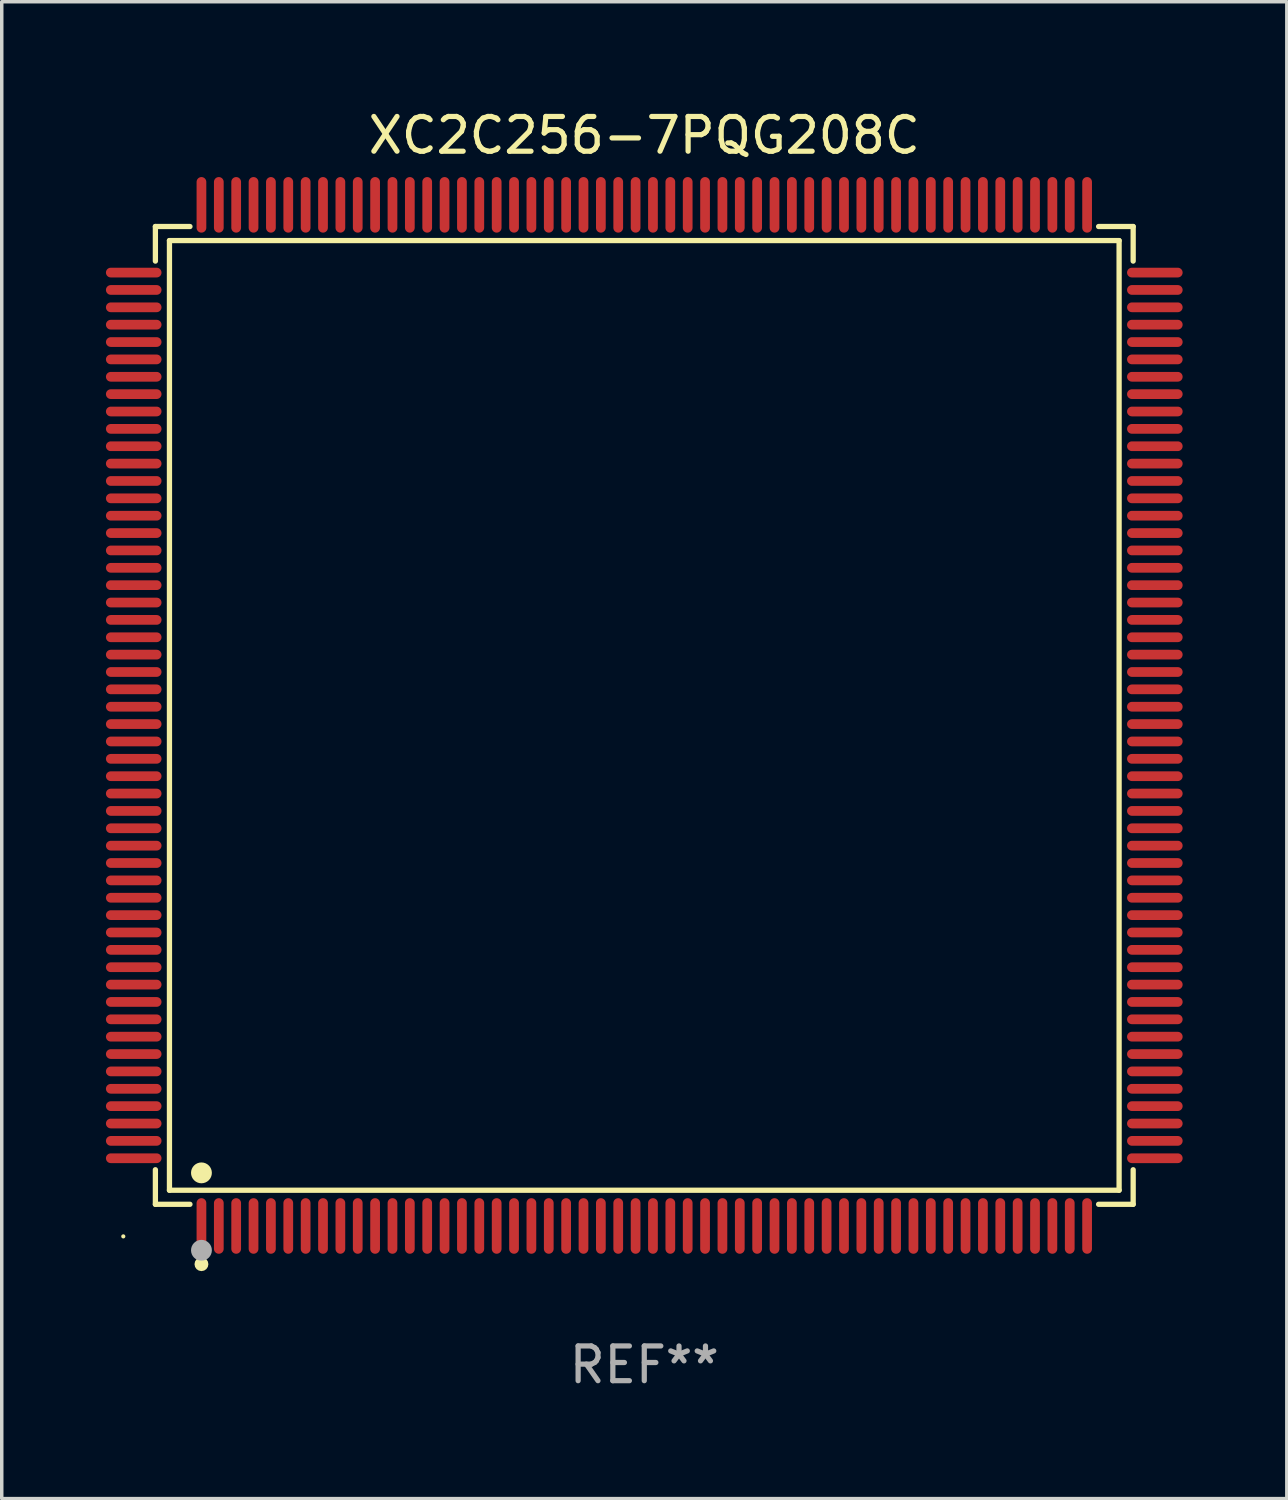
<source format=kicad_pcb>
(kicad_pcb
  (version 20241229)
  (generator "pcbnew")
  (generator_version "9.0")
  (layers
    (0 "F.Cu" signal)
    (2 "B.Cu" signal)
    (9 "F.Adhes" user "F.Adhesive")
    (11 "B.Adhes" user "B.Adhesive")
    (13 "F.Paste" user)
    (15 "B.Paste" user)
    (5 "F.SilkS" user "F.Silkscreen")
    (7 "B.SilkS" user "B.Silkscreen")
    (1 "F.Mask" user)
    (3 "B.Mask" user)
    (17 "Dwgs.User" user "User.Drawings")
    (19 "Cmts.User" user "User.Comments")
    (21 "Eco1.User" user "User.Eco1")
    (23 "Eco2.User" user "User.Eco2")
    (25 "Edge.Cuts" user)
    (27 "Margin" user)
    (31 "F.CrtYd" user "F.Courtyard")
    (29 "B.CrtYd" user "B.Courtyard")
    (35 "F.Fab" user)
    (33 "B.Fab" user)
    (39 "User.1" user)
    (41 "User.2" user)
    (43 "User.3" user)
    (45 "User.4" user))
  (footprint "XC2C256-7PQG208C"
    (layer "F.Cu")
    (at 15.5 17.548)
    (property "Reference" "XC2C256-7PQG208C" (at 0 -16.7 0) (layer "F.SilkS") (effects (font (size 1 1) (thickness 0.15))))
    (attr through_hole)
    (fp_line (start -14.076 -14.076) (end -13.081 -14.076) (stroke (width 0.152) (type solid)) (layer "F.SilkS"))
    (fp_line (start -14.076 -13.081) (end -14.076 -14.076) (stroke (width 0.152) (type solid)) (layer "F.SilkS"))
    (fp_line (start -14.076 13.081) (end -14.076 14.076) (stroke (width 0.152) (type solid)) (layer "F.SilkS"))
    (fp_line (start -14.076 14.076) (end -13.081 14.076) (stroke (width 0.152) (type solid)) (layer "F.SilkS"))
    (fp_line (start -13.671 -13.671) (end 13.671 -13.671) (stroke (width 0.152) (type solid)) (layer "F.SilkS"))
    (fp_line (start -13.671 13.671) (end -13.671 -13.671) (stroke (width 0.152) (type solid)) (layer "F.SilkS"))
    (fp_line (start 13.671 -13.671) (end 13.671 13.671) (stroke (width 0.152) (type solid)) (layer "F.SilkS"))
    (fp_line (start 13.671 13.671) (end -13.671 13.671) (stroke (width 0.152) (type solid)) (layer "F.SilkS"))
    (fp_line (start 14.076 -14.076) (end 13.081 -14.076) (stroke (width 0.152) (type solid)) (layer "F.SilkS"))
    (fp_line (start 14.076 -13.081) (end 14.076 -14.076) (stroke (width 0.152) (type solid)) (layer "F.SilkS"))
    (fp_line (start 14.076 13.081) (end 14.076 14.076) (stroke (width 0.152) (type solid)) (layer "F.SilkS"))
    (fp_line (start 14.076 14.076) (end 13.081 14.076) (stroke (width 0.152) (type solid)) (layer "F.SilkS"))
    (fp_circle (center -15 15) (end -14.97 15) (stroke (width 0.06) (type solid)) (fill no) (layer "F.SilkS"))
    (fp_circle (center -12.75 13.171) (end -12.6 13.171) (stroke (width 0.3) (type solid)) (fill no) (layer "F.SilkS"))
    (fp_circle (center -12.75 15.8) (end -12.65 15.8) (stroke (width 0.2) (type solid)) (fill no) (layer "F.SilkS"))
    (fp_circle (center -12.75 15.4) (end -12.6 15.4) (stroke (width 0.3) (type solid)) (fill no) (layer "F.Fab"))
    (fp_text user "REF**" (at 0 18.7 0) (layer "F.Fab") (effects (font (size 1 1) (thickness 0.15))))
    (pad "1" smd oval (at -12.75 14.7) (size 0.28 1.6) (layers "F.Cu" "F.Mask" "F.Paste"))
    (pad "2" smd oval (at -12.25 14.7) (size 0.28 1.6) (layers "F.Cu" "F.Mask" "F.Paste"))
    (pad "3" smd oval (at -11.75 14.7) (size 0.28 1.6) (layers "F.Cu" "F.Mask" "F.Paste"))
    (pad "4" smd oval (at -11.25 14.7) (size 0.28 1.6) (layers "F.Cu" "F.Mask" "F.Paste"))
    (pad "5" smd oval (at -10.75 14.7) (size 0.28 1.6) (layers "F.Cu" "F.Mask" "F.Paste"))
    (pad "6" smd oval (at -10.25 14.7) (size 0.28 1.6) (layers "F.Cu" "F.Mask" "F.Paste"))
    (pad "7" smd oval (at -9.75 14.7) (size 0.28 1.6) (layers "F.Cu" "F.Mask" "F.Paste"))
    (pad "8" smd oval (at -9.25 14.7) (size 0.28 1.6) (layers "F.Cu" "F.Mask" "F.Paste"))
    (pad "9" smd oval (at -8.75 14.7) (size 0.28 1.6) (layers "F.Cu" "F.Mask" "F.Paste"))
    (pad "10" smd oval (at -8.25 14.7) (size 0.28 1.6) (layers "F.Cu" "F.Mask" "F.Paste"))
    (pad "11" smd oval (at -7.75 14.7) (size 0.28 1.6) (layers "F.Cu" "F.Mask" "F.Paste"))
    (pad "12" smd oval (at -7.25 14.7) (size 0.28 1.6) (layers "F.Cu" "F.Mask" "F.Paste"))
    (pad "13" smd oval (at -6.75 14.7) (size 0.28 1.6) (layers "F.Cu" "F.Mask" "F.Paste"))
    (pad "14" smd oval (at -6.25 14.7) (size 0.28 1.6) (layers "F.Cu" "F.Mask" "F.Paste"))
    (pad "15" smd oval (at -5.75 14.7) (size 0.28 1.6) (layers "F.Cu" "F.Mask" "F.Paste"))
    (pad "16" smd oval (at -5.25 14.7) (size 0.28 1.6) (layers "F.Cu" "F.Mask" "F.Paste"))
    (pad "17" smd oval (at -4.75 14.7) (size 0.28 1.6) (layers "F.Cu" "F.Mask" "F.Paste"))
    (pad "18" smd oval (at -4.25 14.7) (size 0.28 1.6) (layers "F.Cu" "F.Mask" "F.Paste"))
    (pad "19" smd oval (at -3.75 14.7) (size 0.28 1.6) (layers "F.Cu" "F.Mask" "F.Paste"))
    (pad "20" smd oval (at -3.25 14.7) (size 0.28 1.6) (layers "F.Cu" "F.Mask" "F.Paste"))
    (pad "21" smd oval (at -2.75 14.7) (size 0.28 1.6) (layers "F.Cu" "F.Mask" "F.Paste"))
    (pad "22" smd oval (at -2.25 14.7) (size 0.28 1.6) (layers "F.Cu" "F.Mask" "F.Paste"))
    (pad "23" smd oval (at -1.75 14.7) (size 0.28 1.6) (layers "F.Cu" "F.Mask" "F.Paste"))
    (pad "24" smd oval (at -1.25 14.7) (size 0.28 1.6) (layers "F.Cu" "F.Mask" "F.Paste"))
    (pad "25" smd oval (at -0.75 14.7) (size 0.28 1.6) (layers "F.Cu" "F.Mask" "F.Paste"))
    (pad "26" smd oval (at -0.25 14.7) (size 0.28 1.6) (layers "F.Cu" "F.Mask" "F.Paste"))
    (pad "27" smd oval (at 0.25 14.7) (size 0.28 1.6) (layers "F.Cu" "F.Mask" "F.Paste"))
    (pad "28" smd oval (at 0.75 14.7) (size 0.28 1.6) (layers "F.Cu" "F.Mask" "F.Paste"))
    (pad "29" smd oval (at 1.25 14.7) (size 0.28 1.6) (layers "F.Cu" "F.Mask" "F.Paste"))
    (pad "30" smd oval (at 1.75 14.7) (size 0.28 1.6) (layers "F.Cu" "F.Mask" "F.Paste"))
    (pad "31" smd oval (at 2.25 14.7) (size 0.28 1.6) (layers "F.Cu" "F.Mask" "F.Paste"))
    (pad "32" smd oval (at 2.75 14.7) (size 0.28 1.6) (layers "F.Cu" "F.Mask" "F.Paste"))
    (pad "33" smd oval (at 3.25 14.7) (size 0.28 1.6) (layers "F.Cu" "F.Mask" "F.Paste"))
    (pad "34" smd oval (at 3.75 14.7) (size 0.28 1.6) (layers "F.Cu" "F.Mask" "F.Paste"))
    (pad "35" smd oval (at 4.25 14.7) (size 0.28 1.6) (layers "F.Cu" "F.Mask" "F.Paste"))
    (pad "36" smd oval (at 4.75 14.7) (size 0.28 1.6) (layers "F.Cu" "F.Mask" "F.Paste"))
    (pad "37" smd oval (at 5.25 14.7) (size 0.28 1.6) (layers "F.Cu" "F.Mask" "F.Paste"))
    (pad "38" smd oval (at 5.75 14.7) (size 0.28 1.6) (layers "F.Cu" "F.Mask" "F.Paste"))
    (pad "39" smd oval (at 6.25 14.7) (size 0.28 1.6) (layers "F.Cu" "F.Mask" "F.Paste"))
    (pad "40" smd oval (at 6.75 14.7) (size 0.28 1.6) (layers "F.Cu" "F.Mask" "F.Paste"))
    (pad "41" smd oval (at 7.25 14.7) (size 0.28 1.6) (layers "F.Cu" "F.Mask" "F.Paste"))
    (pad "42" smd oval (at 7.75 14.7) (size 0.28 1.6) (layers "F.Cu" "F.Mask" "F.Paste"))
    (pad "43" smd oval (at 8.25 14.7) (size 0.28 1.6) (layers "F.Cu" "F.Mask" "F.Paste"))
    (pad "44" smd oval (at 8.75 14.7) (size 0.28 1.6) (layers "F.Cu" "F.Mask" "F.Paste"))
    (pad "45" smd oval (at 9.25 14.7) (size 0.28 1.6) (layers "F.Cu" "F.Mask" "F.Paste"))
    (pad "46" smd oval (at 9.75 14.7) (size 0.28 1.6) (layers "F.Cu" "F.Mask" "F.Paste"))
    (pad "47" smd oval (at 10.25 14.7) (size 0.28 1.6) (layers "F.Cu" "F.Mask" "F.Paste"))
    (pad "48" smd oval (at 10.75 14.7) (size 0.28 1.6) (layers "F.Cu" "F.Mask" "F.Paste"))
    (pad "49" smd oval (at 11.25 14.7) (size 0.28 1.6) (layers "F.Cu" "F.Mask" "F.Paste"))
    (pad "50" smd oval (at 11.75 14.7) (size 0.28 1.6) (layers "F.Cu" "F.Mask" "F.Paste"))
    (pad "51" smd oval (at 12.25 14.7) (size 0.28 1.6) (layers "F.Cu" "F.Mask" "F.Paste"))
    (pad "52" smd oval (at 12.75 14.7) (size 0.28 1.6) (layers "F.Cu" "F.Mask" "F.Paste"))
    (pad "53" smd oval (at 14.7 12.75) (size 1.6 0.28) (layers "F.Cu" "F.Mask" "F.Paste"))
    (pad "54" smd oval (at 14.7 12.25) (size 1.6 0.28) (layers "F.Cu" "F.Mask" "F.Paste"))
    (pad "55" smd oval (at 14.7 11.75) (size 1.6 0.28) (layers "F.Cu" "F.Mask" "F.Paste"))
    (pad "56" smd oval (at 14.7 11.25) (size 1.6 0.28) (layers "F.Cu" "F.Mask" "F.Paste"))
    (pad "57" smd oval (at 14.7 10.75) (size 1.6 0.28) (layers "F.Cu" "F.Mask" "F.Paste"))
    (pad "58" smd oval (at 14.7 10.25) (size 1.6 0.28) (layers "F.Cu" "F.Mask" "F.Paste"))
    (pad "59" smd oval (at 14.7 9.75) (size 1.6 0.28) (layers "F.Cu" "F.Mask" "F.Paste"))
    (pad "60" smd oval (at 14.7 9.25) (size 1.6 0.28) (layers "F.Cu" "F.Mask" "F.Paste"))
    (pad "61" smd oval (at 14.7 8.75) (size 1.6 0.28) (layers "F.Cu" "F.Mask" "F.Paste"))
    (pad "62" smd oval (at 14.7 8.25) (size 1.6 0.28) (layers "F.Cu" "F.Mask" "F.Paste"))
    (pad "63" smd oval (at 14.7 7.75) (size 1.6 0.28) (layers "F.Cu" "F.Mask" "F.Paste"))
    (pad "64" smd oval (at 14.7 7.25) (size 1.6 0.28) (layers "F.Cu" "F.Mask" "F.Paste"))
    (pad "65" smd oval (at 14.7 6.75) (size 1.6 0.28) (layers "F.Cu" "F.Mask" "F.Paste"))
    (pad "66" smd oval (at 14.7 6.25) (size 1.6 0.28) (layers "F.Cu" "F.Mask" "F.Paste"))
    (pad "67" smd oval (at 14.7 5.75) (size 1.6 0.28) (layers "F.Cu" "F.Mask" "F.Paste"))
    (pad "68" smd oval (at 14.7 5.25) (size 1.6 0.28) (layers "F.Cu" "F.Mask" "F.Paste"))
    (pad "69" smd oval (at 14.7 4.75) (size 1.6 0.28) (layers "F.Cu" "F.Mask" "F.Paste"))
    (pad "70" smd oval (at 14.7 4.25) (size 1.6 0.28) (layers "F.Cu" "F.Mask" "F.Paste"))
    (pad "71" smd oval (at 14.7 3.75) (size 1.6 0.28) (layers "F.Cu" "F.Mask" "F.Paste"))
    (pad "72" smd oval (at 14.7 3.25) (size 1.6 0.28) (layers "F.Cu" "F.Mask" "F.Paste"))
    (pad "73" smd oval (at 14.7 2.75) (size 1.6 0.28) (layers "F.Cu" "F.Mask" "F.Paste"))
    (pad "74" smd oval (at 14.7 2.25) (size 1.6 0.28) (layers "F.Cu" "F.Mask" "F.Paste"))
    (pad "75" smd oval (at 14.7 1.75) (size 1.6 0.28) (layers "F.Cu" "F.Mask" "F.Paste"))
    (pad "76" smd oval (at 14.7 1.25) (size 1.6 0.28) (layers "F.Cu" "F.Mask" "F.Paste"))
    (pad "77" smd oval (at 14.7 0.75) (size 1.6 0.28) (layers "F.Cu" "F.Mask" "F.Paste"))
    (pad "78" smd oval (at 14.7 0.25) (size 1.6 0.28) (layers "F.Cu" "F.Mask" "F.Paste"))
    (pad "79" smd oval (at 14.7 -0.25) (size 1.6 0.28) (layers "F.Cu" "F.Mask" "F.Paste"))
    (pad "80" smd oval (at 14.7 -0.75) (size 1.6 0.28) (layers "F.Cu" "F.Mask" "F.Paste"))
    (pad "81" smd oval (at 14.7 -1.25) (size 1.6 0.28) (layers "F.Cu" "F.Mask" "F.Paste"))
    (pad "82" smd oval (at 14.7 -1.75) (size 1.6 0.28) (layers "F.Cu" "F.Mask" "F.Paste"))
    (pad "83" smd oval (at 14.7 -2.25) (size 1.6 0.28) (layers "F.Cu" "F.Mask" "F.Paste"))
    (pad "84" smd oval (at 14.7 -2.75) (size 1.6 0.28) (layers "F.Cu" "F.Mask" "F.Paste"))
    (pad "85" smd oval (at 14.7 -3.25) (size 1.6 0.28) (layers "F.Cu" "F.Mask" "F.Paste"))
    (pad "86" smd oval (at 14.7 -3.75) (size 1.6 0.28) (layers "F.Cu" "F.Mask" "F.Paste"))
    (pad "87" smd oval (at 14.7 -4.25) (size 1.6 0.28) (layers "F.Cu" "F.Mask" "F.Paste"))
    (pad "88" smd oval (at 14.7 -4.75) (size 1.6 0.28) (layers "F.Cu" "F.Mask" "F.Paste"))
    (pad "89" smd oval (at 14.7 -5.25) (size 1.6 0.28) (layers "F.Cu" "F.Mask" "F.Paste"))
    (pad "90" smd oval (at 14.7 -5.75) (size 1.6 0.28) (layers "F.Cu" "F.Mask" "F.Paste"))
    (pad "91" smd oval (at 14.7 -6.25) (size 1.6 0.28) (layers "F.Cu" "F.Mask" "F.Paste"))
    (pad "92" smd oval (at 14.7 -6.75) (size 1.6 0.28) (layers "F.Cu" "F.Mask" "F.Paste"))
    (pad "93" smd oval (at 14.7 -7.25) (size 1.6 0.28) (layers "F.Cu" "F.Mask" "F.Paste"))
    (pad "94" smd oval (at 14.7 -7.75) (size 1.6 0.28) (layers "F.Cu" "F.Mask" "F.Paste"))
    (pad "95" smd oval (at 14.7 -8.25) (size 1.6 0.28) (layers "F.Cu" "F.Mask" "F.Paste"))
    (pad "96" smd oval (at 14.7 -8.75) (size 1.6 0.28) (layers "F.Cu" "F.Mask" "F.Paste"))
    (pad "97" smd oval (at 14.7 -9.25) (size 1.6 0.28) (layers "F.Cu" "F.Mask" "F.Paste"))
    (pad "98" smd oval (at 14.7 -9.75) (size 1.6 0.28) (layers "F.Cu" "F.Mask" "F.Paste"))
    (pad "99" smd oval (at 14.7 -10.25) (size 1.6 0.28) (layers "F.Cu" "F.Mask" "F.Paste"))
    (pad "100" smd oval (at 14.7 -10.75) (size 1.6 0.28) (layers "F.Cu" "F.Mask" "F.Paste"))
    (pad "101" smd oval (at 14.7 -11.25) (size 1.6 0.28) (layers "F.Cu" "F.Mask" "F.Paste"))
    (pad "102" smd oval (at 14.7 -11.75) (size 1.6 0.28) (layers "F.Cu" "F.Mask" "F.Paste"))
    (pad "103" smd oval (at 14.7 -12.25) (size 1.6 0.28) (layers "F.Cu" "F.Mask" "F.Paste"))
    (pad "104" smd oval (at 14.7 -12.75) (size 1.6 0.28) (layers "F.Cu" "F.Mask" "F.Paste"))
    (pad "105" smd oval (at 12.75 -14.7) (size 0.28 1.6) (layers "F.Cu" "F.Mask" "F.Paste"))
    (pad "106" smd oval (at 12.25 -14.7) (size 0.28 1.6) (layers "F.Cu" "F.Mask" "F.Paste"))
    (pad "107" smd oval (at 11.75 -14.7) (size 0.28 1.6) (layers "F.Cu" "F.Mask" "F.Paste"))
    (pad "108" smd oval (at 11.25 -14.7) (size 0.28 1.6) (layers "F.Cu" "F.Mask" "F.Paste"))
    (pad "109" smd oval (at 10.75 -14.7) (size 0.28 1.6) (layers "F.Cu" "F.Mask" "F.Paste"))
    (pad "110" smd oval (at 10.25 -14.7) (size 0.28 1.6) (layers "F.Cu" "F.Mask" "F.Paste"))
    (pad "111" smd oval (at 9.75 -14.7) (size 0.28 1.6) (layers "F.Cu" "F.Mask" "F.Paste"))
    (pad "112" smd oval (at 9.25 -14.7) (size 0.28 1.6) (layers "F.Cu" "F.Mask" "F.Paste"))
    (pad "113" smd oval (at 8.75 -14.7) (size 0.28 1.6) (layers "F.Cu" "F.Mask" "F.Paste"))
    (pad "114" smd oval (at 8.25 -14.7) (size 0.28 1.6) (layers "F.Cu" "F.Mask" "F.Paste"))
    (pad "115" smd oval (at 7.75 -14.7) (size 0.28 1.6) (layers "F.Cu" "F.Mask" "F.Paste"))
    (pad "116" smd oval (at 7.25 -14.7) (size 0.28 1.6) (layers "F.Cu" "F.Mask" "F.Paste"))
    (pad "117" smd oval (at 6.75 -14.7) (size 0.28 1.6) (layers "F.Cu" "F.Mask" "F.Paste"))
    (pad "118" smd oval (at 6.25 -14.7) (size 0.28 1.6) (layers "F.Cu" "F.Mask" "F.Paste"))
    (pad "119" smd oval (at 5.75 -14.7) (size 0.28 1.6) (layers "F.Cu" "F.Mask" "F.Paste"))
    (pad "120" smd oval (at 5.25 -14.7) (size 0.28 1.6) (layers "F.Cu" "F.Mask" "F.Paste"))
    (pad "121" smd oval (at 4.75 -14.7) (size 0.28 1.6) (layers "F.Cu" "F.Mask" "F.Paste"))
    (pad "122" smd oval (at 4.25 -14.7) (size 0.28 1.6) (layers "F.Cu" "F.Mask" "F.Paste"))
    (pad "123" smd oval (at 3.75 -14.7) (size 0.28 1.6) (layers "F.Cu" "F.Mask" "F.Paste"))
    (pad "124" smd oval (at 3.25 -14.7) (size 0.28 1.6) (layers "F.Cu" "F.Mask" "F.Paste"))
    (pad "125" smd oval (at 2.75 -14.7) (size 0.28 1.6) (layers "F.Cu" "F.Mask" "F.Paste"))
    (pad "126" smd oval (at 2.25 -14.7) (size 0.28 1.6) (layers "F.Cu" "F.Mask" "F.Paste"))
    (pad "127" smd oval (at 1.75 -14.7) (size 0.28 1.6) (layers "F.Cu" "F.Mask" "F.Paste"))
    (pad "128" smd oval (at 1.25 -14.7) (size 0.28 1.6) (layers "F.Cu" "F.Mask" "F.Paste"))
    (pad "129" smd oval (at 0.75 -14.7) (size 0.28 1.6) (layers "F.Cu" "F.Mask" "F.Paste"))
    (pad "130" smd oval (at 0.25 -14.7) (size 0.28 1.6) (layers "F.Cu" "F.Mask" "F.Paste"))
    (pad "131" smd oval (at -0.25 -14.7) (size 0.28 1.6) (layers "F.Cu" "F.Mask" "F.Paste"))
    (pad "132" smd oval (at -0.75 -14.7) (size 0.28 1.6) (layers "F.Cu" "F.Mask" "F.Paste"))
    (pad "133" smd oval (at -1.25 -14.7) (size 0.28 1.6) (layers "F.Cu" "F.Mask" "F.Paste"))
    (pad "134" smd oval (at -1.75 -14.7) (size 0.28 1.6) (layers "F.Cu" "F.Mask" "F.Paste"))
    (pad "135" smd oval (at -2.25 -14.7) (size 0.28 1.6) (layers "F.Cu" "F.Mask" "F.Paste"))
    (pad "136" smd oval (at -2.75 -14.7) (size 0.28 1.6) (layers "F.Cu" "F.Mask" "F.Paste"))
    (pad "137" smd oval (at -3.25 -14.7) (size 0.28 1.6) (layers "F.Cu" "F.Mask" "F.Paste"))
    (pad "138" smd oval (at -3.75 -14.7) (size 0.28 1.6) (layers "F.Cu" "F.Mask" "F.Paste"))
    (pad "139" smd oval (at -4.25 -14.7) (size 0.28 1.6) (layers "F.Cu" "F.Mask" "F.Paste"))
    (pad "140" smd oval (at -4.75 -14.7) (size 0.28 1.6) (layers "F.Cu" "F.Mask" "F.Paste"))
    (pad "141" smd oval (at -5.25 -14.7) (size 0.28 1.6) (layers "F.Cu" "F.Mask" "F.Paste"))
    (pad "142" smd oval (at -5.75 -14.7) (size 0.28 1.6) (layers "F.Cu" "F.Mask" "F.Paste"))
    (pad "143" smd oval (at -6.25 -14.7) (size 0.28 1.6) (layers "F.Cu" "F.Mask" "F.Paste"))
    (pad "144" smd oval (at -6.75 -14.7) (size 0.28 1.6) (layers "F.Cu" "F.Mask" "F.Paste"))
    (pad "145" smd oval (at -7.25 -14.7) (size 0.28 1.6) (layers "F.Cu" "F.Mask" "F.Paste"))
    (pad "146" smd oval (at -7.75 -14.7) (size 0.28 1.6) (layers "F.Cu" "F.Mask" "F.Paste"))
    (pad "147" smd oval (at -8.25 -14.7) (size 0.28 1.6) (layers "F.Cu" "F.Mask" "F.Paste"))
    (pad "148" smd oval (at -8.75 -14.7) (size 0.28 1.6) (layers "F.Cu" "F.Mask" "F.Paste"))
    (pad "149" smd oval (at -9.25 -14.7) (size 0.28 1.6) (layers "F.Cu" "F.Mask" "F.Paste"))
    (pad "150" smd oval (at -9.75 -14.7) (size 0.28 1.6) (layers "F.Cu" "F.Mask" "F.Paste"))
    (pad "151" smd oval (at -10.25 -14.7) (size 0.28 1.6) (layers "F.Cu" "F.Mask" "F.Paste"))
    (pad "152" smd oval (at -10.75 -14.7) (size 0.28 1.6) (layers "F.Cu" "F.Mask" "F.Paste"))
    (pad "153" smd oval (at -11.25 -14.7) (size 0.28 1.6) (layers "F.Cu" "F.Mask" "F.Paste"))
    (pad "154" smd oval (at -11.75 -14.7) (size 0.28 1.6) (layers "F.Cu" "F.Mask" "F.Paste"))
    (pad "155" smd oval (at -12.25 -14.7) (size 0.28 1.6) (layers "F.Cu" "F.Mask" "F.Paste"))
    (pad "156" smd oval (at -12.75 -14.7) (size 0.28 1.6) (layers "F.Cu" "F.Mask" "F.Paste"))
    (pad "157" smd oval (at -14.7 -12.75) (size 1.6 0.28) (layers "F.Cu" "F.Mask" "F.Paste"))
    (pad "158" smd oval (at -14.7 -12.25) (size 1.6 0.28) (layers "F.Cu" "F.Mask" "F.Paste"))
    (pad "159" smd oval (at -14.7 -11.75) (size 1.6 0.28) (layers "F.Cu" "F.Mask" "F.Paste"))
    (pad "160" smd oval (at -14.7 -11.25) (size 1.6 0.28) (layers "F.Cu" "F.Mask" "F.Paste"))
    (pad "161" smd oval (at -14.7 -10.75) (size 1.6 0.28) (layers "F.Cu" "F.Mask" "F.Paste"))
    (pad "162" smd oval (at -14.7 -10.25) (size 1.6 0.28) (layers "F.Cu" "F.Mask" "F.Paste"))
    (pad "163" smd oval (at -14.7 -9.75) (size 1.6 0.28) (layers "F.Cu" "F.Mask" "F.Paste"))
    (pad "164" smd oval (at -14.7 -9.25) (size 1.6 0.28) (layers "F.Cu" "F.Mask" "F.Paste"))
    (pad "165" smd oval (at -14.7 -8.75) (size 1.6 0.28) (layers "F.Cu" "F.Mask" "F.Paste"))
    (pad "166" smd oval (at -14.7 -8.25) (size 1.6 0.28) (layers "F.Cu" "F.Mask" "F.Paste"))
    (pad "167" smd oval (at -14.7 -7.75) (size 1.6 0.28) (layers "F.Cu" "F.Mask" "F.Paste"))
    (pad "168" smd oval (at -14.7 -7.25) (size 1.6 0.28) (layers "F.Cu" "F.Mask" "F.Paste"))
    (pad "169" smd oval (at -14.7 -6.75) (size 1.6 0.28) (layers "F.Cu" "F.Mask" "F.Paste"))
    (pad "170" smd oval (at -14.7 -6.25) (size 1.6 0.28) (layers "F.Cu" "F.Mask" "F.Paste"))
    (pad "171" smd oval (at -14.7 -5.75) (size 1.6 0.28) (layers "F.Cu" "F.Mask" "F.Paste"))
    (pad "172" smd oval (at -14.7 -5.25) (size 1.6 0.28) (layers "F.Cu" "F.Mask" "F.Paste"))
    (pad "173" smd oval (at -14.7 -4.75) (size 1.6 0.28) (layers "F.Cu" "F.Mask" "F.Paste"))
    (pad "174" smd oval (at -14.7 -4.25) (size 1.6 0.28) (layers "F.Cu" "F.Mask" "F.Paste"))
    (pad "175" smd oval (at -14.7 -3.75) (size 1.6 0.28) (layers "F.Cu" "F.Mask" "F.Paste"))
    (pad "176" smd oval (at -14.7 -3.25) (size 1.6 0.28) (layers "F.Cu" "F.Mask" "F.Paste"))
    (pad "177" smd oval (at -14.7 -2.75) (size 1.6 0.28) (layers "F.Cu" "F.Mask" "F.Paste"))
    (pad "178" smd oval (at -14.7 -2.25) (size 1.6 0.28) (layers "F.Cu" "F.Mask" "F.Paste"))
    (pad "179" smd oval (at -14.7 -1.75) (size 1.6 0.28) (layers "F.Cu" "F.Mask" "F.Paste"))
    (pad "180" smd oval (at -14.7 -1.25) (size 1.6 0.28) (layers "F.Cu" "F.Mask" "F.Paste"))
    (pad "181" smd oval (at -14.7 -0.75) (size 1.6 0.28) (layers "F.Cu" "F.Mask" "F.Paste"))
    (pad "182" smd oval (at -14.7 -0.25) (size 1.6 0.28) (layers "F.Cu" "F.Mask" "F.Paste"))
    (pad "183" smd oval (at -14.7 0.25) (size 1.6 0.28) (layers "F.Cu" "F.Mask" "F.Paste"))
    (pad "184" smd oval (at -14.7 0.75) (size 1.6 0.28) (layers "F.Cu" "F.Mask" "F.Paste"))
    (pad "185" smd oval (at -14.7 1.25) (size 1.6 0.28) (layers "F.Cu" "F.Mask" "F.Paste"))
    (pad "186" smd oval (at -14.7 1.75) (size 1.6 0.28) (layers "F.Cu" "F.Mask" "F.Paste"))
    (pad "187" smd oval (at -14.7 2.25) (size 1.6 0.28) (layers "F.Cu" "F.Mask" "F.Paste"))
    (pad "188" smd oval (at -14.7 2.75) (size 1.6 0.28) (layers "F.Cu" "F.Mask" "F.Paste"))
    (pad "189" smd oval (at -14.7 3.25) (size 1.6 0.28) (layers "F.Cu" "F.Mask" "F.Paste"))
    (pad "190" smd oval (at -14.7 3.75) (size 1.6 0.28) (layers "F.Cu" "F.Mask" "F.Paste"))
    (pad "191" smd oval (at -14.7 4.25) (size 1.6 0.28) (layers "F.Cu" "F.Mask" "F.Paste"))
    (pad "192" smd oval (at -14.7 4.75) (size 1.6 0.28) (layers "F.Cu" "F.Mask" "F.Paste"))
    (pad "193" smd oval (at -14.7 5.25) (size 1.6 0.28) (layers "F.Cu" "F.Mask" "F.Paste"))
    (pad "194" smd oval (at -14.7 5.75) (size 1.6 0.28) (layers "F.Cu" "F.Mask" "F.Paste"))
    (pad "195" smd oval (at -14.7 6.25) (size 1.6 0.28) (layers "F.Cu" "F.Mask" "F.Paste"))
    (pad "196" smd oval (at -14.7 6.75) (size 1.6 0.28) (layers "F.Cu" "F.Mask" "F.Paste"))
    (pad "197" smd oval (at -14.7 7.25) (size 1.6 0.28) (layers "F.Cu" "F.Mask" "F.Paste"))
    (pad "198" smd oval (at -14.7 7.75) (size 1.6 0.28) (layers "F.Cu" "F.Mask" "F.Paste"))
    (pad "199" smd oval (at -14.7 8.25) (size 1.6 0.28) (layers "F.Cu" "F.Mask" "F.Paste"))
    (pad "200" smd oval (at -14.7 8.75) (size 1.6 0.28) (layers "F.Cu" "F.Mask" "F.Paste"))
    (pad "201" smd oval (at -14.7 9.25) (size 1.6 0.28) (layers "F.Cu" "F.Mask" "F.Paste"))
    (pad "202" smd oval (at -14.7 9.75) (size 1.6 0.28) (layers "F.Cu" "F.Mask" "F.Paste"))
    (pad "203" smd oval (at -14.7 10.25) (size 1.6 0.28) (layers "F.Cu" "F.Mask" "F.Paste"))
    (pad "204" smd oval (at -14.7 10.75) (size 1.6 0.28) (layers "F.Cu" "F.Mask" "F.Paste"))
    (pad "205" smd oval (at -14.7 11.25) (size 1.6 0.28) (layers "F.Cu" "F.Mask" "F.Paste"))
    (pad "206" smd oval (at -14.7 11.75) (size 1.6 0.28) (layers "F.Cu" "F.Mask" "F.Paste"))
    (pad "207" smd oval (at -14.7 12.25) (size 1.6 0.28) (layers "F.Cu" "F.Mask" "F.Paste"))
    (pad "208" smd oval (at -14.7 12.75) (size 1.6 0.28) (layers "F.Cu" "F.Mask" "F.Paste")))
  (gr_rect
    (start -3 -3)
    (end 34 40.097)
    (stroke (width 0.1) (type default))
    (fill no)
    (layer "Edge.Cuts")))
</source>
